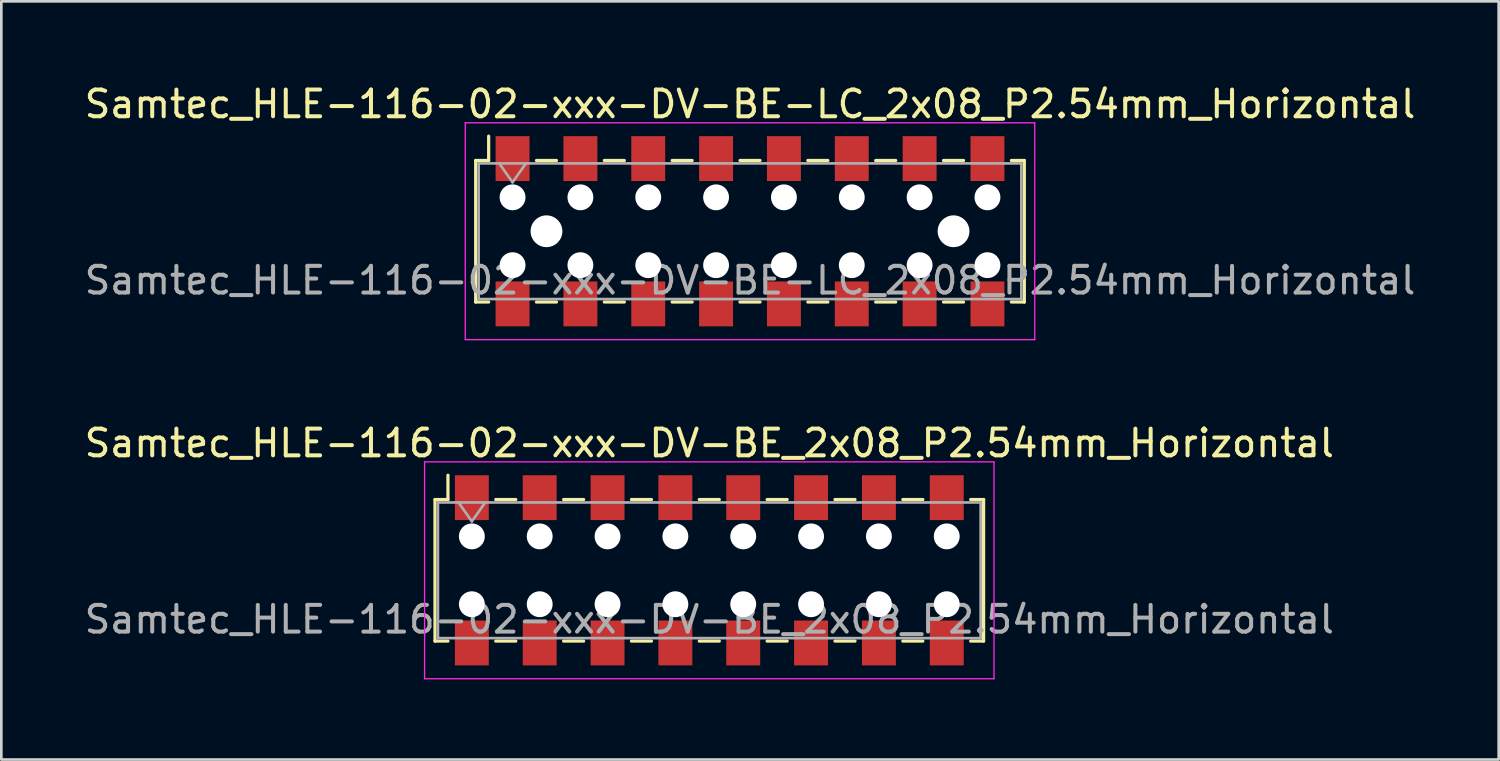
<source format=kicad_pcb>
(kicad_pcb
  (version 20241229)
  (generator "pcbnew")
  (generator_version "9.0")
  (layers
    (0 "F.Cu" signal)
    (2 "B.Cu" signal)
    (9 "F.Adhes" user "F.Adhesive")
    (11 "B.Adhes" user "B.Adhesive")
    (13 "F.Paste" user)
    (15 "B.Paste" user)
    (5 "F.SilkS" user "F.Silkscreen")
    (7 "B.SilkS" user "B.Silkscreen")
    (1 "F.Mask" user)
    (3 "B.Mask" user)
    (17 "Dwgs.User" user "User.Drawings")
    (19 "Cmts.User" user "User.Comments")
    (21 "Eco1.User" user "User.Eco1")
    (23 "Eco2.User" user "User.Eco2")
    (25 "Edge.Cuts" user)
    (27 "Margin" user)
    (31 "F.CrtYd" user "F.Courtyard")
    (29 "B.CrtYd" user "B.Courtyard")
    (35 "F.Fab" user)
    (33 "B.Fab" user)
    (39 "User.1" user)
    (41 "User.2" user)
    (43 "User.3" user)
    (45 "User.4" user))
  (footprint "Samtec_HLE-116-02-xxx-DV-BE_2x08_P2.54mm_Horizontal"
    (layer "F.Cu")
    (at 23.506 18.302)
    (property "Reference" "Samtec_HLE-116-02-xxx-DV-BE_2x08_P2.54mm_Horizontal" (at 0 -4.76 0) (layer "F.SilkS") (effects (font (size 1 1) (thickness 0.15))))
    (attr smd)
    (fp_line (start -10.27 -2.65) (end -10.27 2.65) (stroke (width 0.12) (type solid)) (layer "F.SilkS"))
    (fp_line (start -10.27 2.65) (end -9.785 2.65) (stroke (width 0.12) (type solid)) (layer "F.SilkS"))
    (fp_line (start -9.785 -3.56) (end -9.785 -2.65) (stroke (width 0.12) (type solid)) (layer "F.SilkS"))
    (fp_line (start -9.785 -2.65) (end -10.27 -2.65) (stroke (width 0.12) (type solid)) (layer "F.SilkS"))
    (fp_line (start -7.995 -2.65) (end -7.245 -2.65) (stroke (width 0.12) (type solid)) (layer "F.SilkS"))
    (fp_line (start -7.995 2.65) (end -7.245 2.65) (stroke (width 0.12) (type solid)) (layer "F.SilkS"))
    (fp_line (start -5.455 -2.65) (end -4.705 -2.65) (stroke (width 0.12) (type solid)) (layer "F.SilkS"))
    (fp_line (start -5.455 2.65) (end -4.705 2.65) (stroke (width 0.12) (type solid)) (layer "F.SilkS"))
    (fp_line (start -2.915 -2.65) (end -2.165 -2.65) (stroke (width 0.12) (type solid)) (layer "F.SilkS"))
    (fp_line (start -2.915 2.65) (end -2.165 2.65) (stroke (width 0.12) (type solid)) (layer "F.SilkS"))
    (fp_line (start -0.375 -2.65) (end 0.375 -2.65) (stroke (width 0.12) (type solid)) (layer "F.SilkS"))
    (fp_line (start -0.375 2.65) (end 0.375 2.65) (stroke (width 0.12) (type solid)) (layer "F.SilkS"))
    (fp_line (start 2.165 -2.65) (end 2.915 -2.65) (stroke (width 0.12) (type solid)) (layer "F.SilkS"))
    (fp_line (start 2.165 2.65) (end 2.915 2.65) (stroke (width 0.12) (type solid)) (layer "F.SilkS"))
    (fp_line (start 4.705 -2.65) (end 5.455 -2.65) (stroke (width 0.12) (type solid)) (layer "F.SilkS"))
    (fp_line (start 4.705 2.65) (end 5.455 2.65) (stroke (width 0.12) (type solid)) (layer "F.SilkS"))
    (fp_line (start 7.245 -2.65) (end 7.995 -2.65) (stroke (width 0.12) (type solid)) (layer "F.SilkS"))
    (fp_line (start 7.245 2.65) (end 7.995 2.65) (stroke (width 0.12) (type solid)) (layer "F.SilkS"))
    (fp_line (start 9.785 -2.65) (end 10.27 -2.65) (stroke (width 0.12) (type solid)) (layer "F.SilkS"))
    (fp_line (start 10.27 -2.65) (end 10.27 2.65) (stroke (width 0.12) (type solid)) (layer "F.SilkS"))
    (fp_line (start 10.27 2.65) (end 9.785 2.65) (stroke (width 0.12) (type solid)) (layer "F.SilkS"))
    (fp_line (start -10.66 -4.06) (end 10.66 -4.06) (stroke (width 0.05) (type solid)) (layer "F.CrtYd"))
    (fp_line (start -10.66 4.06) (end -10.66 -4.06) (stroke (width 0.05) (type solid)) (layer "F.CrtYd"))
    (fp_line (start 10.66 -4.06) (end 10.66 4.06) (stroke (width 0.05) (type solid)) (layer "F.CrtYd"))
    (fp_line (start 10.66 4.06) (end -10.66 4.06) (stroke (width 0.05) (type solid)) (layer "F.CrtYd"))
    (fp_line (start -10.16 -2.54) (end 10.16 -2.54) (stroke (width 0.1) (type solid)) (layer "F.Fab"))
    (fp_line (start -10.16 2.54) (end -10.16 -2.54) (stroke (width 0.1) (type solid)) (layer "F.Fab"))
    (fp_line (start -9.39 -2.54) (end -8.89 -1.833) (stroke (width 0.1) (type solid)) (layer "F.Fab"))
    (fp_line (start -8.89 -1.833) (end -8.39 -2.54) (stroke (width 0.1) (type solid)) (layer "F.Fab"))
    (fp_line (start 10.16 -2.54) (end 10.16 2.54) (stroke (width 0.1) (type solid)) (layer "F.Fab"))
    (fp_line (start 10.16 2.54) (end -10.16 2.54) (stroke (width 0.1) (type solid)) (layer "F.Fab"))
    (fp_text user "${REFERENCE}" (at 0 1.84 0) (layer "F.Fab") (effects (font (size 1 1) (thickness 0.15))))
    (pad "" np_thru_hole circle (at -8.89 -1.27) (size 0.97 0.97) (drill 0.97) (layers "*.Cu" "*.Mask"))
    (pad "" np_thru_hole circle (at -8.89 1.27) (size 0.97 0.97) (drill 0.97) (layers "*.Cu" "*.Mask"))
    (pad "" np_thru_hole circle (at -6.35 -1.27) (size 0.97 0.97) (drill 0.97) (layers "*.Cu" "*.Mask"))
    (pad "" np_thru_hole circle (at -6.35 1.27) (size 0.97 0.97) (drill 0.97) (layers "*.Cu" "*.Mask"))
    (pad "" np_thru_hole circle (at -3.81 -1.27) (size 0.97 0.97) (drill 0.97) (layers "*.Cu" "*.Mask"))
    (pad "" np_thru_hole circle (at -3.81 1.27) (size 0.97 0.97) (drill 0.97) (layers "*.Cu" "*.Mask"))
    (pad "" np_thru_hole circle (at -1.27 -1.27) (size 0.97 0.97) (drill 0.97) (layers "*.Cu" "*.Mask"))
    (pad "" np_thru_hole circle (at -1.27 1.27) (size 0.97 0.97) (drill 0.97) (layers "*.Cu" "*.Mask"))
    (pad "" np_thru_hole circle (at 1.27 -1.27) (size 0.97 0.97) (drill 0.97) (layers "*.Cu" "*.Mask"))
    (pad "" np_thru_hole circle (at 1.27 1.27) (size 0.97 0.97) (drill 0.97) (layers "*.Cu" "*.Mask"))
    (pad "" np_thru_hole circle (at 3.81 -1.27) (size 0.97 0.97) (drill 0.97) (layers "*.Cu" "*.Mask"))
    (pad "" np_thru_hole circle (at 3.81 1.27) (size 0.97 0.97) (drill 0.97) (layers "*.Cu" "*.Mask"))
    (pad "" np_thru_hole circle (at 6.35 -1.27) (size 0.97 0.97) (drill 0.97) (layers "*.Cu" "*.Mask"))
    (pad "" np_thru_hole circle (at 6.35 1.27) (size 0.97 0.97) (drill 0.97) (layers "*.Cu" "*.Mask"))
    (pad "" np_thru_hole circle (at 8.89 -1.27) (size 0.97 0.97) (drill 0.97) (layers "*.Cu" "*.Mask"))
    (pad "" np_thru_hole circle (at 8.89 1.27) (size 0.97 0.97) (drill 0.97) (layers "*.Cu" "*.Mask"))
    (pad "1" smd rect (at -8.89 -2.72) (size 1.27 1.68) (layers "F.Cu" "F.Mask" "F.Paste"))
    (pad "2" smd rect (at -8.89 2.72) (size 1.27 1.68) (layers "F.Cu" "F.Mask" "F.Paste"))
    (pad "3" smd rect (at -6.35 -2.72) (size 1.27 1.68) (layers "F.Cu" "F.Mask" "F.Paste"))
    (pad "4" smd rect (at -6.35 2.72) (size 1.27 1.68) (layers "F.Cu" "F.Mask" "F.Paste"))
    (pad "5" smd rect (at -3.81 -2.72) (size 1.27 1.68) (layers "F.Cu" "F.Mask" "F.Paste"))
    (pad "6" smd rect (at -3.81 2.72) (size 1.27 1.68) (layers "F.Cu" "F.Mask" "F.Paste"))
    (pad "7" smd rect (at -1.27 -2.72) (size 1.27 1.68) (layers "F.Cu" "F.Mask" "F.Paste"))
    (pad "8" smd rect (at -1.27 2.72) (size 1.27 1.68) (layers "F.Cu" "F.Mask" "F.Paste"))
    (pad "9" smd rect (at 1.27 -2.72) (size 1.27 1.68) (layers "F.Cu" "F.Mask" "F.Paste"))
    (pad "10" smd rect (at 1.27 2.72) (size 1.27 1.68) (layers "F.Cu" "F.Mask" "F.Paste"))
    (pad "11" smd rect (at 3.81 -2.72) (size 1.27 1.68) (layers "F.Cu" "F.Mask" "F.Paste"))
    (pad "12" smd rect (at 3.81 2.72) (size 1.27 1.68) (layers "F.Cu" "F.Mask" "F.Paste"))
    (pad "13" smd rect (at 6.35 -2.72) (size 1.27 1.68) (layers "F.Cu" "F.Mask" "F.Paste"))
    (pad "14" smd rect (at 6.35 2.72) (size 1.27 1.68) (layers "F.Cu" "F.Mask" "F.Paste"))
    (pad "15" smd rect (at 8.89 -2.72) (size 1.27 1.68) (layers "F.Cu" "F.Mask" "F.Paste"))
    (pad "16" smd rect (at 8.89 2.72) (size 1.27 1.68) (layers "F.Cu" "F.Mask" "F.Paste")))
  (footprint "Samtec_HLE-116-02-xxx-DV-BE-LC_2x08_P2.54mm_Horizontal"
    (layer "F.Cu")
    (at 25.03 5.608)
    (property "Reference" "Samtec_HLE-116-02-xxx-DV-BE-LC_2x08_P2.54mm_Horizontal" (at 0 -4.76 0) (layer "F.SilkS") (effects (font (size 1 1) (thickness 0.15))))
    (attr smd)
    (fp_line (start -10.27 -2.65) (end -10.27 2.65) (stroke (width 0.12) (type solid)) (layer "F.SilkS"))
    (fp_line (start -10.27 2.65) (end -9.785 2.65) (stroke (width 0.12) (type solid)) (layer "F.SilkS"))
    (fp_line (start -9.785 -3.56) (end -9.785 -2.65) (stroke (width 0.12) (type solid)) (layer "F.SilkS"))
    (fp_line (start -9.785 -2.65) (end -10.27 -2.65) (stroke (width 0.12) (type solid)) (layer "F.SilkS"))
    (fp_line (start -7.995 -2.65) (end -7.245 -2.65) (stroke (width 0.12) (type solid)) (layer "F.SilkS"))
    (fp_line (start -7.995 2.65) (end -7.245 2.65) (stroke (width 0.12) (type solid)) (layer "F.SilkS"))
    (fp_line (start -5.455 -2.65) (end -4.705 -2.65) (stroke (width 0.12) (type solid)) (layer "F.SilkS"))
    (fp_line (start -5.455 2.65) (end -4.705 2.65) (stroke (width 0.12) (type solid)) (layer "F.SilkS"))
    (fp_line (start -2.915 -2.65) (end -2.165 -2.65) (stroke (width 0.12) (type solid)) (layer "F.SilkS"))
    (fp_line (start -2.915 2.65) (end -2.165 2.65) (stroke (width 0.12) (type solid)) (layer "F.SilkS"))
    (fp_line (start -0.375 -2.65) (end 0.375 -2.65) (stroke (width 0.12) (type solid)) (layer "F.SilkS"))
    (fp_line (start -0.375 2.65) (end 0.375 2.65) (stroke (width 0.12) (type solid)) (layer "F.SilkS"))
    (fp_line (start 2.165 -2.65) (end 2.915 -2.65) (stroke (width 0.12) (type solid)) (layer "F.SilkS"))
    (fp_line (start 2.165 2.65) (end 2.915 2.65) (stroke (width 0.12) (type solid)) (layer "F.SilkS"))
    (fp_line (start 4.705 -2.65) (end 5.455 -2.65) (stroke (width 0.12) (type solid)) (layer "F.SilkS"))
    (fp_line (start 4.705 2.65) (end 5.455 2.65) (stroke (width 0.12) (type solid)) (layer "F.SilkS"))
    (fp_line (start 7.245 -2.65) (end 7.995 -2.65) (stroke (width 0.12) (type solid)) (layer "F.SilkS"))
    (fp_line (start 7.245 2.65) (end 7.995 2.65) (stroke (width 0.12) (type solid)) (layer "F.SilkS"))
    (fp_line (start 9.785 -2.65) (end 10.27 -2.65) (stroke (width 0.12) (type solid)) (layer "F.SilkS"))
    (fp_line (start 10.27 -2.65) (end 10.27 2.65) (stroke (width 0.12) (type solid)) (layer "F.SilkS"))
    (fp_line (start 10.27 2.65) (end 9.785 2.65) (stroke (width 0.12) (type solid)) (layer "F.SilkS"))
    (fp_line (start -10.66 -4.06) (end 10.66 -4.06) (stroke (width 0.05) (type solid)) (layer "F.CrtYd"))
    (fp_line (start -10.66 4.06) (end -10.66 -4.06) (stroke (width 0.05) (type solid)) (layer "F.CrtYd"))
    (fp_line (start 10.66 -4.06) (end 10.66 4.06) (stroke (width 0.05) (type solid)) (layer "F.CrtYd"))
    (fp_line (start 10.66 4.06) (end -10.66 4.06) (stroke (width 0.05) (type solid)) (layer "F.CrtYd"))
    (fp_line (start -10.16 -2.54) (end 10.16 -2.54) (stroke (width 0.1) (type solid)) (layer "F.Fab"))
    (fp_line (start -10.16 2.54) (end -10.16 -2.54) (stroke (width 0.1) (type solid)) (layer "F.Fab"))
    (fp_line (start -9.39 -2.54) (end -8.89 -1.833) (stroke (width 0.1) (type solid)) (layer "F.Fab"))
    (fp_line (start -8.89 -1.833) (end -8.39 -2.54) (stroke (width 0.1) (type solid)) (layer "F.Fab"))
    (fp_line (start 10.16 -2.54) (end 10.16 2.54) (stroke (width 0.1) (type solid)) (layer "F.Fab"))
    (fp_line (start 10.16 2.54) (end -10.16 2.54) (stroke (width 0.1) (type solid)) (layer "F.Fab"))
    (fp_text user "${REFERENCE}" (at 0 1.84 0) (layer "F.Fab") (effects (font (size 1 1) (thickness 0.15))))
    (pad "" np_thru_hole circle (at -8.89 -1.27) (size 0.97 0.97) (drill 0.97) (layers "*.Cu" "*.Mask"))
    (pad "" np_thru_hole circle (at -8.89 1.27) (size 0.97 0.97) (drill 0.97) (layers "*.Cu" "*.Mask"))
    (pad "" np_thru_hole circle (at -7.62 0) (size 1.19 1.19) (drill 1.19) (layers "*.Cu" "*.Mask"))
    (pad "" np_thru_hole circle (at -6.35 -1.27) (size 0.97 0.97) (drill 0.97) (layers "*.Cu" "*.Mask"))
    (pad "" np_thru_hole circle (at -6.35 1.27) (size 0.97 0.97) (drill 0.97) (layers "*.Cu" "*.Mask"))
    (pad "" np_thru_hole circle (at -3.81 -1.27) (size 0.97 0.97) (drill 0.97) (layers "*.Cu" "*.Mask"))
    (pad "" np_thru_hole circle (at -3.81 1.27) (size 0.97 0.97) (drill 0.97) (layers "*.Cu" "*.Mask"))
    (pad "" np_thru_hole circle (at -1.27 -1.27) (size 0.97 0.97) (drill 0.97) (layers "*.Cu" "*.Mask"))
    (pad "" np_thru_hole circle (at -1.27 1.27) (size 0.97 0.97) (drill 0.97) (layers "*.Cu" "*.Mask"))
    (pad "" np_thru_hole circle (at 1.27 -1.27) (size 0.97 0.97) (drill 0.97) (layers "*.Cu" "*.Mask"))
    (pad "" np_thru_hole circle (at 1.27 1.27) (size 0.97 0.97) (drill 0.97) (layers "*.Cu" "*.Mask"))
    (pad "" np_thru_hole circle (at 3.81 -1.27) (size 0.97 0.97) (drill 0.97) (layers "*.Cu" "*.Mask"))
    (pad "" np_thru_hole circle (at 3.81 1.27) (size 0.97 0.97) (drill 0.97) (layers "*.Cu" "*.Mask"))
    (pad "" np_thru_hole circle (at 6.35 -1.27) (size 0.97 0.97) (drill 0.97) (layers "*.Cu" "*.Mask"))
    (pad "" np_thru_hole circle (at 6.35 1.27) (size 0.97 0.97) (drill 0.97) (layers "*.Cu" "*.Mask"))
    (pad "" np_thru_hole circle (at 7.62 0) (size 1.19 1.19) (drill 1.19) (layers "*.Cu" "*.Mask"))
    (pad "" np_thru_hole circle (at 8.89 -1.27) (size 0.97 0.97) (drill 0.97) (layers "*.Cu" "*.Mask"))
    (pad "" np_thru_hole circle (at 8.89 1.27) (size 0.97 0.97) (drill 0.97) (layers "*.Cu" "*.Mask"))
    (pad "1" smd rect (at -8.89 -2.72) (size 1.27 1.68) (layers "F.Cu" "F.Mask" "F.Paste"))
    (pad "2" smd rect (at -8.89 2.72) (size 1.27 1.68) (layers "F.Cu" "F.Mask" "F.Paste"))
    (pad "3" smd rect (at -6.35 -2.72) (size 1.27 1.68) (layers "F.Cu" "F.Mask" "F.Paste"))
    (pad "4" smd rect (at -6.35 2.72) (size 1.27 1.68) (layers "F.Cu" "F.Mask" "F.Paste"))
    (pad "5" smd rect (at -3.81 -2.72) (size 1.27 1.68) (layers "F.Cu" "F.Mask" "F.Paste"))
    (pad "6" smd rect (at -3.81 2.72) (size 1.27 1.68) (layers "F.Cu" "F.Mask" "F.Paste"))
    (pad "7" smd rect (at -1.27 -2.72) (size 1.27 1.68) (layers "F.Cu" "F.Mask" "F.Paste"))
    (pad "8" smd rect (at -1.27 2.72) (size 1.27 1.68) (layers "F.Cu" "F.Mask" "F.Paste"))
    (pad "9" smd rect (at 1.27 -2.72) (size 1.27 1.68) (layers "F.Cu" "F.Mask" "F.Paste"))
    (pad "10" smd rect (at 1.27 2.72) (size 1.27 1.68) (layers "F.Cu" "F.Mask" "F.Paste"))
    (pad "11" smd rect (at 3.81 -2.72) (size 1.27 1.68) (layers "F.Cu" "F.Mask" "F.Paste"))
    (pad "12" smd rect (at 3.81 2.72) (size 1.27 1.68) (layers "F.Cu" "F.Mask" "F.Paste"))
    (pad "13" smd rect (at 6.35 -2.72) (size 1.27 1.68) (layers "F.Cu" "F.Mask" "F.Paste"))
    (pad "14" smd rect (at 6.35 2.72) (size 1.27 1.68) (layers "F.Cu" "F.Mask" "F.Paste"))
    (pad "15" smd rect (at 8.89 -2.72) (size 1.27 1.68) (layers "F.Cu" "F.Mask" "F.Paste"))
    (pad "16" smd rect (at 8.89 2.72) (size 1.27 1.68) (layers "F.Cu" "F.Mask" "F.Paste")))
  (gr_rect
    (start -3 -3)
    (end 53.06 25.387)
    (stroke (width 0.1) (type default))
    (fill no)
    (layer "Edge.Cuts")))
</source>
